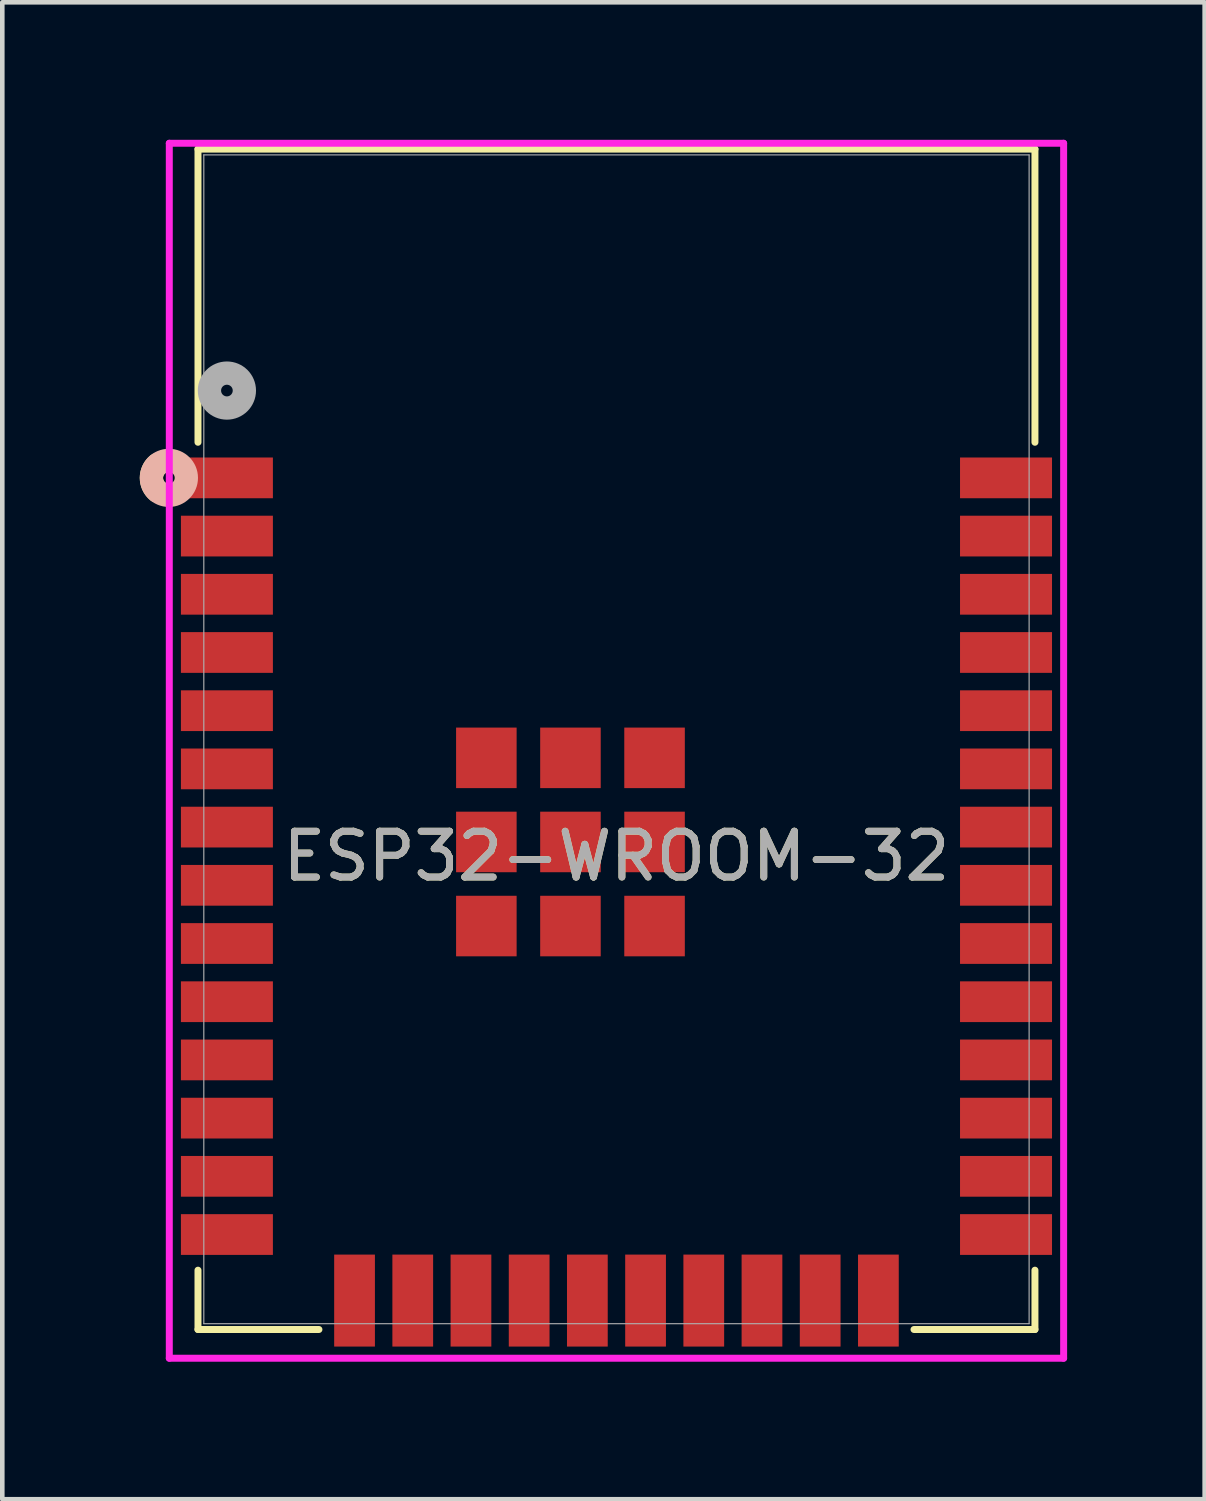
<source format=kicad_pcb>
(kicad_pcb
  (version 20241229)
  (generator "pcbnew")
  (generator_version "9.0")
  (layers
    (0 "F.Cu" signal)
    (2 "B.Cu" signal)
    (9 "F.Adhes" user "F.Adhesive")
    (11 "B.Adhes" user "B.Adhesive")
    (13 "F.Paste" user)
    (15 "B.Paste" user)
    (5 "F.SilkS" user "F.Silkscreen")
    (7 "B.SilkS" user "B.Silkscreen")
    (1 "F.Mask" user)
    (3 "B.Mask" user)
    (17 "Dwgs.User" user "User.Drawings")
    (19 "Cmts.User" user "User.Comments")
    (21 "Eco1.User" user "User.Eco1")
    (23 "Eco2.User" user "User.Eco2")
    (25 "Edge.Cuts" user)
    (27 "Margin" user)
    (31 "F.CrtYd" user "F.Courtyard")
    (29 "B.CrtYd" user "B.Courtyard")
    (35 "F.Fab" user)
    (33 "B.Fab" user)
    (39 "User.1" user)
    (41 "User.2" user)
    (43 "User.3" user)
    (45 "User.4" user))
  (footprint "ESP32-WROOM-32"
    (layer "F.Cu")
    (at 10.401 13.081)
    (property "Reference" "ESP32-WROOM-32" (at 0 2.551 0) (unlocked yes) (layer "F.SilkS") (effects (font (size 1 1) (thickness 0.15))))
    (attr smd)
    (fp_line (start -9.131 -12.878) (end -9.131 -6.481) (stroke (width 0.152) (type solid)) (layer "F.SilkS"))
    (fp_line (start -9.131 11.584) (end -9.131 12.878) (stroke (width 0.152) (type solid)) (layer "F.SilkS"))
    (fp_line (start -9.131 12.878) (end -6.492 12.878) (stroke (width 0.152) (type solid)) (layer "F.SilkS"))
    (fp_line (start 6.492 12.878) (end 9.131 12.878) (stroke (width 0.152) (type solid)) (layer "F.SilkS"))
    (fp_line (start 9.131 -12.878) (end -9.131 -12.878) (stroke (width 0.152) (type solid)) (layer "F.SilkS"))
    (fp_line (start 9.131 -6.481) (end 9.131 -12.878) (stroke (width 0.152) (type solid)) (layer "F.SilkS"))
    (fp_line (start 9.131 12.878) (end 9.131 11.584) (stroke (width 0.152) (type solid)) (layer "F.SilkS"))
    (fp_arc (start -10.013841 -5.414069) (mid -10.1473 -5.703697) (end -10.013841 -5.993325) (stroke (width 0.508) (type solid)) (layer "F.SilkS"))
    (fp_circle (center -9.766 -5.704) (end -9.385 -5.704) (stroke (width 0.508) (type solid)) (fill no) (layer "B.SilkS"))
    (fp_line (start -9.757 -13.005) (end -9.757 13.505) (stroke (width 0.152) (type solid)) (layer "F.CrtYd"))
    (fp_line (start -9.757 13.505) (end 9.757 13.505) (stroke (width 0.152) (type solid)) (layer "F.CrtYd"))
    (fp_line (start 9.757 -13.005) (end -9.757 -13.005) (stroke (width 0.152) (type solid)) (layer "F.CrtYd"))
    (fp_line (start 9.757 13.505) (end 9.757 -13.005) (stroke (width 0.152) (type solid)) (layer "F.CrtYd"))
    (fp_line (start -9.004 -12.751) (end -9.004 12.751) (stroke (width 0.025) (type solid)) (layer "F.Fab"))
    (fp_line (start -9.004 12.751) (end 9.004 12.751) (stroke (width 0.025) (type solid)) (layer "F.Fab"))
    (fp_line (start 9.004 -12.751) (end -9.004 -12.751) (stroke (width 0.025) (type solid)) (layer "F.Fab"))
    (fp_line (start 9.004 12.751) (end 9.004 -12.751) (stroke (width 0.025) (type solid)) (layer "F.Fab"))
    (fp_circle (center -8.5 -7.609) (end -8.119 -7.609) (stroke (width 0.508) (type solid)) (fill no) (layer "F.Fab"))
    (fp_text user "${REFERENCE}" (at 0 2.551 0) (unlocked yes) (layer "F.Fab") (effects (font (size 1 1) (thickness 0.15))))
    (pad "1" smd rect (at -8.5 -5.704) (size 2.007 0.889) (layers "F.Cu" "F.Mask" "F.Paste"))
    (pad "2" smd rect (at -8.5 -4.434) (size 2.007 0.889) (layers "F.Cu" "F.Mask" "F.Paste"))
    (pad "3" smd rect (at -8.5 -3.164) (size 2.007 0.889) (layers "F.Cu" "F.Mask" "F.Paste"))
    (pad "4" smd rect (at -8.5 -1.894) (size 2.007 0.889) (layers "F.Cu" "F.Mask" "F.Paste"))
    (pad "5" smd rect (at -8.5 -0.624) (size 2.007 0.889) (layers "F.Cu" "F.Mask" "F.Paste"))
    (pad "6" smd rect (at -8.5 0.646) (size 2.007 0.889) (layers "F.Cu" "F.Mask" "F.Paste"))
    (pad "7" smd rect (at -8.5 1.916) (size 2.007 0.889) (layers "F.Cu" "F.Mask" "F.Paste"))
    (pad "8" smd rect (at -8.5 3.186) (size 2.007 0.889) (layers "F.Cu" "F.Mask" "F.Paste"))
    (pad "9" smd rect (at -8.5 4.456) (size 2.007 0.889) (layers "F.Cu" "F.Mask" "F.Paste"))
    (pad "10" smd rect (at -8.5 5.726) (size 2.007 0.889) (layers "F.Cu" "F.Mask" "F.Paste"))
    (pad "11" smd rect (at -8.5 6.996) (size 2.007 0.889) (layers "F.Cu" "F.Mask" "F.Paste"))
    (pad "12" smd rect (at -8.5 8.266) (size 2.007 0.889) (layers "F.Cu" "F.Mask" "F.Paste"))
    (pad "13" smd rect (at -8.5 9.536) (size 2.007 0.889) (layers "F.Cu" "F.Mask" "F.Paste"))
    (pad "14" smd rect (at -8.5 10.806) (size 2.007 0.889) (layers "F.Cu" "F.Mask" "F.Paste"))
    (pad "15" smd rect (at -5.715 12.247) (size 0.889 2.007) (layers "F.Cu" "F.Mask" "F.Paste"))
    (pad "16" smd rect (at -4.445 12.247) (size 0.889 2.007) (layers "F.Cu" "F.Mask" "F.Paste"))
    (pad "17" smd rect (at -3.175 12.247) (size 0.889 2.007) (layers "F.Cu" "F.Mask" "F.Paste"))
    (pad "18" smd rect (at -1.905 12.247) (size 0.889 2.007) (layers "F.Cu" "F.Mask" "F.Paste"))
    (pad "19" smd rect (at -0.635 12.247) (size 0.889 2.007) (layers "F.Cu" "F.Mask" "F.Paste"))
    (pad "20" smd rect (at 0.635 12.247) (size 0.889 2.007) (layers "F.Cu" "F.Mask" "F.Paste"))
    (pad "21" smd rect (at 1.905 12.247) (size 0.889 2.007) (layers "F.Cu" "F.Mask" "F.Paste"))
    (pad "22" smd rect (at 3.175 12.247) (size 0.889 2.007) (layers "F.Cu" "F.Mask" "F.Paste"))
    (pad "23" smd rect (at 4.445 12.247) (size 0.889 2.007) (layers "F.Cu" "F.Mask" "F.Paste"))
    (pad "24" smd rect (at 5.715 12.247) (size 0.889 2.007) (layers "F.Cu" "F.Mask" "F.Paste"))
    (pad "25" smd rect (at 8.5 10.806) (size 2.007 0.889) (layers "F.Cu" "F.Mask" "F.Paste"))
    (pad "26" smd rect (at 8.5 9.536) (size 2.007 0.889) (layers "F.Cu" "F.Mask" "F.Paste"))
    (pad "27" smd rect (at 8.5 8.266) (size 2.007 0.889) (layers "F.Cu" "F.Mask" "F.Paste"))
    (pad "28" smd rect (at 8.5 6.996) (size 2.007 0.889) (layers "F.Cu" "F.Mask" "F.Paste"))
    (pad "29" smd rect (at 8.5 5.726) (size 2.007 0.889) (layers "F.Cu" "F.Mask" "F.Paste"))
    (pad "30" smd rect (at 8.5 4.456) (size 2.007 0.889) (layers "F.Cu" "F.Mask" "F.Paste"))
    (pad "31" smd rect (at 8.5 3.186) (size 2.007 0.889) (layers "F.Cu" "F.Mask" "F.Paste"))
    (pad "32" smd rect (at 8.5 1.916) (size 2.007 0.889) (layers "F.Cu" "F.Mask" "F.Paste"))
    (pad "33" smd rect (at 8.5 0.646) (size 2.007 0.889) (layers "F.Cu" "F.Mask" "F.Paste"))
    (pad "34" smd rect (at 8.5 -0.624) (size 2.007 0.889) (layers "F.Cu" "F.Mask" "F.Paste"))
    (pad "35" smd rect (at 8.5 -1.894) (size 2.007 0.889) (layers "F.Cu" "F.Mask" "F.Paste"))
    (pad "36" smd rect (at 8.5 -3.164) (size 2.007 0.889) (layers "F.Cu" "F.Mask" "F.Paste"))
    (pad "37" smd rect (at 8.5 -4.434) (size 2.007 0.889) (layers "F.Cu" "F.Mask" "F.Paste"))
    (pad "38" smd rect (at 8.5 -5.704) (size 2.007 0.889) (layers "F.Cu" "F.Mask" "F.Paste"))
    (pad "39" smd rect (at -2.839 0.405) (size 1.321 1.321) (layers "F.Cu" "F.Mask" "F.Paste"))
    (pad "40" smd rect (at -1.004 0.405) (size 1.321 1.321) (layers "F.Cu" "F.Mask" "F.Paste"))
    (pad "41" smd rect (at 0.831 0.405) (size 1.321 1.321) (layers "F.Cu" "F.Mask" "F.Paste"))
    (pad "42" smd rect (at -2.839 2.24) (size 1.321 1.321) (layers "F.Cu" "F.Mask" "F.Paste"))
    (pad "43" smd rect (at -1.004 2.24) (size 1.321 1.321) (layers "F.Cu" "F.Mask" "F.Paste"))
    (pad "44" smd rect (at 0.831 2.24) (size 1.321 1.321) (layers "F.Cu" "F.Mask" "F.Paste"))
    (pad "45" smd rect (at -2.839 4.075) (size 1.321 1.321) (layers "F.Cu" "F.Mask" "F.Paste"))
    (pad "46" smd rect (at -1.004 4.075) (size 1.321 1.321) (layers "F.Cu" "F.Mask" "F.Paste"))
    (pad "47" smd rect (at 0.831 4.075) (size 1.321 1.321) (layers "F.Cu" "F.Mask" "F.Paste")))
  (gr_rect
    (start -3 -3)
    (end 23.235 29.662)
    (stroke (width 0.1) (type default))
    (fill no)
    (layer "Edge.Cuts")))
</source>
